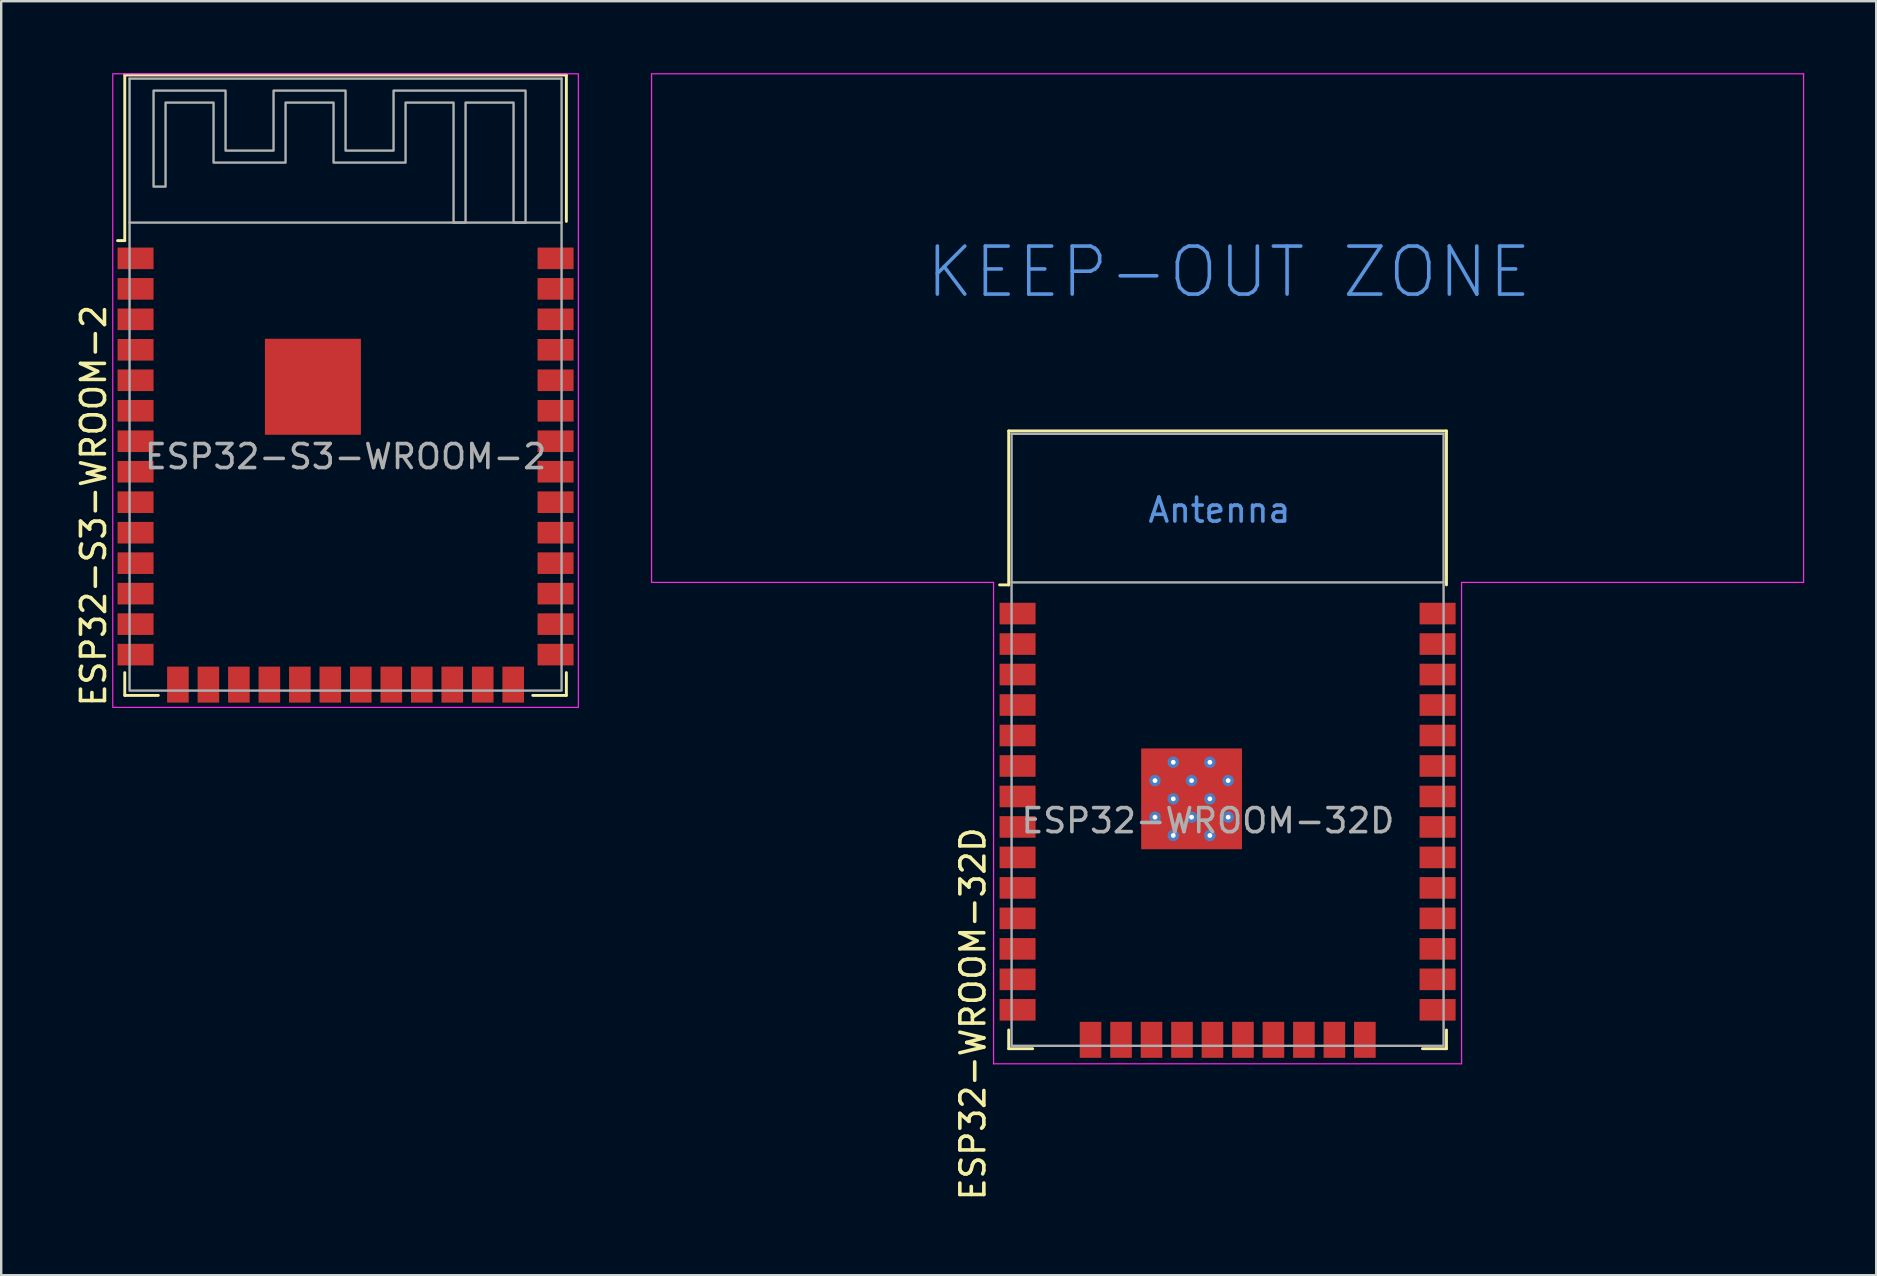
<source format=kicad_pcb>
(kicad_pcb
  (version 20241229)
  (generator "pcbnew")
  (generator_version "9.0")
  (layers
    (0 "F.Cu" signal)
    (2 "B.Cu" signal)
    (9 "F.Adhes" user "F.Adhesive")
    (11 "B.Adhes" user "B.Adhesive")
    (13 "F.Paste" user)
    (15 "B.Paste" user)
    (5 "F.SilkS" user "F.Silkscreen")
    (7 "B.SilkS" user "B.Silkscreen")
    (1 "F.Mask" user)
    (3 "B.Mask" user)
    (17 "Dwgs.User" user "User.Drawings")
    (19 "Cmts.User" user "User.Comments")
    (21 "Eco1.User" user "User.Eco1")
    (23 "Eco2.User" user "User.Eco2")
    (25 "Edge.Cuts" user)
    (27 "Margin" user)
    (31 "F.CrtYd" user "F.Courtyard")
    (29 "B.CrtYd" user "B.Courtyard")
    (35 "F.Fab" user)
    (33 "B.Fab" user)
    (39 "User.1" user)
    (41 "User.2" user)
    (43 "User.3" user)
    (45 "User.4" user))
  (footprint "ESP32-S3-WROOM-2"
    (layer "F.Cu")
    (at 11.348 12.975)
    (property "Reference" "ESP32-S3-WROOM-2" (at -10.5 13.5 90) (unlocked yes) (layer "F.SilkS") (effects (font (size 1 1) (thickness 0.15)) (justify left)))
    (attr smd)
    (fp_line (start -9.5 -6) (end -9.2 -6) (stroke (width 0.12) (type solid)) (layer "F.SilkS"))
    (fp_line (start -9.2 -12.9) (end 9.2 -12.9) (stroke (width 0.12) (type solid)) (layer "F.SilkS"))
    (fp_line (start -9.2 -6) (end -9.2 -12.9) (stroke (width 0.12) (type solid)) (layer "F.SilkS"))
    (fp_line (start -9.2 12.95) (end -9.2 12) (stroke (width 0.12) (type solid)) (layer "F.SilkS"))
    (fp_line (start -7.8 12.95) (end -9.2 12.95) (stroke (width 0.12) (type solid)) (layer "F.SilkS"))
    (fp_line (start 7.8 12.95) (end 9.2 12.95) (stroke (width 0.12) (type solid)) (layer "F.SilkS"))
    (fp_line (start 9.2 -12.9) (end 9.2 -6.8) (stroke (width 0.12) (type solid)) (layer "F.SilkS"))
    (fp_line (start 9.2 12.95) (end 9.2 12) (stroke (width 0.12) (type solid)) (layer "F.SilkS"))
    (fp_rect (start -3.26 -1.81) (end -2.36 -0.91) (stroke (width 0) (type solid)) (fill yes) (layer "F.Paste"))
    (fp_rect (start -3.26 -0.36) (end -2.36 0.54) (stroke (width 0) (type solid)) (fill yes) (layer "F.Paste"))
    (fp_rect (start -3.26 1.09) (end -2.36 1.99) (stroke (width 0) (type solid)) (fill yes) (layer "F.Paste"))
    (fp_rect (start -1.81 -1.81) (end -0.91 -0.91) (stroke (width 0) (type solid)) (fill yes) (layer "F.Paste"))
    (fp_rect (start -1.81 -0.36) (end -0.91 0.54) (stroke (width 0) (type solid)) (fill yes) (layer "F.Paste"))
    (fp_rect (start -1.81 1.09) (end -0.91 1.99) (stroke (width 0) (type solid)) (fill yes) (layer "F.Paste"))
    (fp_rect (start -0.36 -1.81) (end 0.54 -0.91) (stroke (width 0) (type solid)) (fill yes) (layer "F.Paste"))
    (fp_rect (start -0.36 -0.36) (end 0.54 0.54) (stroke (width 0) (type solid)) (fill yes) (layer "F.Paste"))
    (fp_rect (start -0.36 1.09) (end 0.54 1.99) (stroke (width 0) (type solid)) (fill yes) (layer "F.Paste"))
    (fp_rect (start -9.7 -12.95) (end 9.7 13.45) (stroke (width 0.05) (type solid)) (fill no) (layer "F.CrtYd"))
    (fp_line (start -9 -12.75) (end 9 -12.75) (stroke (width 0.1) (type solid)) (layer "F.Fab"))
    (fp_line (start -9 -6.75) (end -9 -12.75) (stroke (width 0.1) (type solid)) (layer "F.Fab"))
    (fp_line (start 9 -12.75) (end 9 -6.75) (stroke (width 0.1) (type solid)) (layer "F.Fab"))
    (fp_rect (start -9 -6.75) (end 9 12.75) (stroke (width 0.1) (type solid)) (fill no) (layer "F.Fab"))
    (fp_poly (pts (xy -5 -9.75) (xy -3 -9.75) (xy -3 -12.25) (xy 0 -12.25) (xy 0 -9.75) (xy 2 -9.75) (xy 2 -12.25) (xy 7.5 -12.25) (xy 7.5 -6.75) (xy 7 -6.75) (xy 7 -11.75) (xy 5 -11.75) (xy 5 -6.75) (xy 4.5 -6.75) (xy 4.5 -11.75) (xy 2.5 -11.75) (xy 2.5 -9.25) (xy -0.5 -9.25) (xy -0.5 -11.75) (xy -2.5 -11.75) (xy -2.5 -9.25) (xy -5.5 -9.25) (xy -5.5 -11.75) (xy -7.5 -11.75) (xy -7.5 -8.25) (xy -8 -8.25) (xy -8 -12.25) (xy -5 -12.25)) (stroke (width 0.1) (type solid)) (fill no) (layer "F.Fab"))
    (fp_text user "${REFERENCE}" (at 0 3 0) (unlocked yes) (layer "F.Fab") (effects (font (size 1 1) (thickness 0.15))))
    (pad "1" smd rect (at -8.75 -5.26) (size 1.5 0.9) (layers "F.Cu" "F.Mask" "F.Paste"))
    (pad "2" smd rect (at -8.75 -3.99) (size 1.5 0.9) (layers "F.Cu" "F.Mask" "F.Paste"))
    (pad "3" smd rect (at -8.75 -2.72) (size 1.5 0.9) (layers "F.Cu" "F.Mask" "F.Paste"))
    (pad "4" smd rect (at -8.75 -1.45) (size 1.5 0.9) (layers "F.Cu" "F.Mask" "F.Paste"))
    (pad "5" smd rect (at -8.75 -0.18) (size 1.5 0.9) (layers "F.Cu" "F.Mask" "F.Paste"))
    (pad "6" smd rect (at -8.75 1.09) (size 1.5 0.9) (layers "F.Cu" "F.Mask" "F.Paste"))
    (pad "7" smd rect (at -8.75 2.36) (size 1.5 0.9) (layers "F.Cu" "F.Mask" "F.Paste"))
    (pad "8" smd rect (at -8.75 3.63) (size 1.5 0.9) (layers "F.Cu" "F.Mask" "F.Paste"))
    (pad "9" smd rect (at -8.75 4.9) (size 1.5 0.9) (layers "F.Cu" "F.Mask" "F.Paste"))
    (pad "10" smd rect (at -8.75 6.17) (size 1.5 0.9) (layers "F.Cu" "F.Mask" "F.Paste"))
    (pad "11" smd rect (at -8.75 7.44) (size 1.5 0.9) (layers "F.Cu" "F.Mask" "F.Paste"))
    (pad "12" smd rect (at -8.75 8.71) (size 1.5 0.9) (layers "F.Cu" "F.Mask" "F.Paste"))
    (pad "13" smd rect (at -8.75 9.98) (size 1.5 0.9) (layers "F.Cu" "F.Mask" "F.Paste"))
    (pad "14" smd rect (at -8.75 11.25) (size 1.5 0.9) (layers "F.Cu" "F.Mask" "F.Paste"))
    (pad "15" smd rect (at -6.985 12.5 90) (size 1.5 0.9) (layers "F.Cu" "F.Mask" "F.Paste"))
    (pad "16" smd rect (at -5.715 12.5 90) (size 1.5 0.9) (layers "F.Cu" "F.Mask" "F.Paste"))
    (pad "17" smd rect (at -4.445 12.5 90) (size 1.5 0.9) (layers "F.Cu" "F.Mask" "F.Paste"))
    (pad "18" smd rect (at -3.175 12.5 90) (size 1.5 0.9) (layers "F.Cu" "F.Mask" "F.Paste"))
    (pad "19" smd rect (at -1.905 12.5 90) (size 1.5 0.9) (layers "F.Cu" "F.Mask" "F.Paste"))
    (pad "20" smd rect (at -0.635 12.5 90) (size 1.5 0.9) (layers "F.Cu" "F.Mask" "F.Paste"))
    (pad "21" smd rect (at 0.635 12.5 90) (size 1.5 0.9) (layers "F.Cu" "F.Mask" "F.Paste"))
    (pad "22" smd rect (at 1.905 12.5 90) (size 1.5 0.9) (layers "F.Cu" "F.Mask" "F.Paste"))
    (pad "23" smd rect (at 3.175 12.5 90) (size 1.5 0.9) (layers "F.Cu" "F.Mask" "F.Paste"))
    (pad "24" smd rect (at 4.445 12.5 90) (size 1.5 0.9) (layers "F.Cu" "F.Mask" "F.Paste"))
    (pad "25" smd rect (at 5.715 12.5 90) (size 1.5 0.9) (layers "F.Cu" "F.Mask" "F.Paste"))
    (pad "26" smd rect (at 6.985 12.5 90) (size 1.5 0.9) (layers "F.Cu" "F.Mask" "F.Paste"))
    (pad "27" smd rect (at 8.75 11.25) (size 1.5 0.9) (layers "F.Cu" "F.Mask" "F.Paste"))
    (pad "28" smd rect (at 8.75 9.98) (size 1.5 0.9) (layers "F.Cu" "F.Mask" "F.Paste"))
    (pad "29" smd rect (at 8.75 8.71) (size 1.5 0.9) (layers "F.Cu" "F.Mask" "F.Paste"))
    (pad "30" smd rect (at 8.75 7.44) (size 1.5 0.9) (layers "F.Cu" "F.Mask" "F.Paste"))
    (pad "31" smd rect (at 8.75 6.17) (size 1.5 0.9) (layers "F.Cu" "F.Mask" "F.Paste"))
    (pad "32" smd rect (at 8.75 4.9) (size 1.5 0.9) (layers "F.Cu" "F.Mask" "F.Paste"))
    (pad "33" smd rect (at 8.75 3.63) (size 1.5 0.9) (layers "F.Cu" "F.Mask" "F.Paste"))
    (pad "34" smd rect (at 8.75 2.36) (size 1.5 0.9) (layers "F.Cu" "F.Mask" "F.Paste"))
    (pad "35" smd rect (at 8.75 1.09) (size 1.5 0.9) (layers "F.Cu" "F.Mask" "F.Paste"))
    (pad "36" smd rect (at 8.75 -0.18) (size 1.5 0.9) (layers "F.Cu" "F.Mask" "F.Paste"))
    (pad "37" smd rect (at 8.75 -1.45) (size 1.5 0.9) (layers "F.Cu" "F.Mask" "F.Paste"))
    (pad "38" smd rect (at 8.75 -2.72) (size 1.5 0.9) (layers "F.Cu" "F.Mask" "F.Paste"))
    (pad "39" smd rect (at 8.75 -3.99) (size 1.5 0.9) (layers "F.Cu" "F.Mask" "F.Paste"))
    (pad "40" smd rect (at 8.75 -5.26) (size 1.5 0.9) (layers "F.Cu" "F.Mask" "F.Paste"))
    (pad "41" smd rect (at -1.36 0.09) (size 4 4) (layers "F.Cu" "F.Mask")))
  (footprint "ESP32-WROOM-32D"
    (layer "F.Cu")
    (at 48.098 30.765)
    (property "Reference" "ESP32-WROOM-32D" (at -10.61 8.43 90) (layer "F.SilkS") (effects (font (size 1 1) (thickness 0.15))))
    (attr smd)
    (fp_line (start -9.12 -15.86) (end -9.12 -9.445) (stroke (width 0.12) (type solid)) (layer "F.SilkS"))
    (fp_line (start -9.12 -15.86) (end 9.12 -15.86) (stroke (width 0.12) (type solid)) (layer "F.SilkS"))
    (fp_line (start -9.12 -9.445) (end -9.5 -9.445) (stroke (width 0.12) (type solid)) (layer "F.SilkS"))
    (fp_line (start -9.12 9.1) (end -9.12 9.88) (stroke (width 0.12) (type solid)) (layer "F.SilkS"))
    (fp_line (start -9.12 9.88) (end -8.12 9.88) (stroke (width 0.12) (type solid)) (layer "F.SilkS"))
    (fp_line (start 9.12 -15.86) (end 9.12 -9.445) (stroke (width 0.12) (type solid)) (layer "F.SilkS"))
    (fp_line (start 9.12 9.1) (end 9.12 9.88) (stroke (width 0.12) (type solid)) (layer "F.SilkS"))
    (fp_line (start 9.12 9.88) (end 8.12 9.88) (stroke (width 0.12) (type solid)) (layer "F.SilkS"))
    (fp_line (start -24 -30.74) (end -24 -9.55) (stroke (width 0.05) (type solid)) (layer "F.CrtYd"))
    (fp_line (start -24 -9.55) (end -9.75 -9.55) (stroke (width 0.05) (type solid)) (layer "F.CrtYd"))
    (fp_line (start -9.75 10.51) (end -9.75 -9.55) (stroke (width 0.05) (type solid)) (layer "F.CrtYd"))
    (fp_line (start -9.75 10.51) (end 9.75 10.51) (stroke (width 0.05) (type solid)) (layer "F.CrtYd"))
    (fp_line (start 9.75 -9.55) (end 9.75 10.51) (stroke (width 0.05) (type solid)) (layer "F.CrtYd"))
    (fp_line (start 9.75 -9.55) (end 24 -9.55) (stroke (width 0.05) (type solid)) (layer "F.CrtYd"))
    (fp_line (start 24 -30.74) (end -24 -30.74) (stroke (width 0.05) (type solid)) (layer "F.CrtYd"))
    (fp_line (start 24 -9.55) (end 24 -30.74) (stroke (width 0.05) (type solid)) (layer "F.CrtYd"))
    (fp_line (start -9 -15.74) (end -9 9.76) (stroke (width 0.1) (type solid)) (layer "F.Fab"))
    (fp_line (start -9 -15.74) (end 9 -15.74) (stroke (width 0.1) (type solid)) (layer "F.Fab"))
    (fp_line (start -9 -9.55) (end 9 -9.55) (stroke (width 0.1) (type solid)) (layer "F.Fab"))
    (fp_line (start -9 9.76) (end 9 9.76) (stroke (width 0.1) (type solid)) (layer "F.Fab"))
    (fp_line (start 9 9.76) (end 9 -15.74) (stroke (width 0.1) (type solid)) (layer "F.Fab"))
    (fp_text user "KEEP-OUT ZONE" (at 0.05 -22.48 0) (layer "Cmts.User") (effects (font (size 2 2) (thickness 0.15))))
    (fp_text user "Antenna" (at -0.34 -12.56 0) (layer "Cmts.User") (effects (font (size 1 1) (thickness 0.15))))
    (fp_text user "${REFERENCE}" (at -0.82 0.38 0) (layer "F.Fab") (effects (font (size 1 1) (thickness 0.15))))
    (pad "1" smd rect (at -8.75 -8.25) (size 1.5 0.9) (layers "F.Cu" "F.Mask" "F.Paste"))
    (pad "2" smd rect (at -8.75 -6.98) (size 1.5 0.9) (layers "F.Cu" "F.Mask" "F.Paste"))
    (pad "3" smd rect (at -8.75 -5.71) (size 1.5 0.9) (layers "F.Cu" "F.Mask" "F.Paste"))
    (pad "4" smd rect (at -8.75 -4.44) (size 1.5 0.9) (layers "F.Cu" "F.Mask" "F.Paste"))
    (pad "5" smd rect (at -8.75 -3.17) (size 1.5 0.9) (layers "F.Cu" "F.Mask" "F.Paste"))
    (pad "6" smd rect (at -8.75 -1.9) (size 1.5 0.9) (layers "F.Cu" "F.Mask" "F.Paste"))
    (pad "7" smd rect (at -8.75 -0.63) (size 1.5 0.9) (layers "F.Cu" "F.Mask" "F.Paste"))
    (pad "8" smd rect (at -8.75 0.64) (size 1.5 0.9) (layers "F.Cu" "F.Mask" "F.Paste"))
    (pad "9" smd rect (at -8.75 1.91) (size 1.5 0.9) (layers "F.Cu" "F.Mask" "F.Paste"))
    (pad "10" smd rect (at -8.75 3.18) (size 1.5 0.9) (layers "F.Cu" "F.Mask" "F.Paste"))
    (pad "11" smd rect (at -8.75 4.45) (size 1.5 0.9) (layers "F.Cu" "F.Mask" "F.Paste"))
    (pad "12" smd rect (at -8.75 5.72) (size 1.5 0.9) (layers "F.Cu" "F.Mask" "F.Paste"))
    (pad "13" smd rect (at -8.75 6.99) (size 1.5 0.9) (layers "F.Cu" "F.Mask" "F.Paste"))
    (pad "14" smd rect (at -8.75 8.26) (size 1.5 0.9) (layers "F.Cu" "F.Mask" "F.Paste"))
    (pad "15" smd rect (at -5.71 9.51 90) (size 1.5 0.9) (layers "F.Cu" "F.Mask" "F.Paste"))
    (pad "16" smd rect (at -4.44 9.51 90) (size 1.5 0.9) (layers "F.Cu" "F.Mask" "F.Paste"))
    (pad "17" smd rect (at -3.17 9.51 90) (size 1.5 0.9) (layers "F.Cu" "F.Mask" "F.Paste"))
    (pad "18" smd rect (at -1.9 9.51 90) (size 1.5 0.9) (layers "F.Cu" "F.Mask" "F.Paste"))
    (pad "19" smd rect (at -0.63 9.51 90) (size 1.5 0.9) (layers "F.Cu" "F.Mask" "F.Paste"))
    (pad "20" smd rect (at 0.64 9.51 90) (size 1.5 0.9) (layers "F.Cu" "F.Mask" "F.Paste"))
    (pad "21" smd rect (at 1.91 9.51 90) (size 1.5 0.9) (layers "F.Cu" "F.Mask" "F.Paste"))
    (pad "22" smd rect (at 3.18 9.51 90) (size 1.5 0.9) (layers "F.Cu" "F.Mask" "F.Paste"))
    (pad "23" smd rect (at 4.45 9.51 90) (size 1.5 0.9) (layers "F.Cu" "F.Mask" "F.Paste"))
    (pad "24" smd rect (at 5.72 9.51 90) (size 1.5 0.9) (layers "F.Cu" "F.Mask" "F.Paste"))
    (pad "25" smd rect (at 8.75 8.26) (size 1.5 0.9) (layers "F.Cu" "F.Mask" "F.Paste"))
    (pad "26" smd rect (at 8.75 6.99) (size 1.5 0.9) (layers "F.Cu" "F.Mask" "F.Paste"))
    (pad "27" smd rect (at 8.75 5.72) (size 1.5 0.9) (layers "F.Cu" "F.Mask" "F.Paste"))
    (pad "28" smd rect (at 8.75 4.45) (size 1.5 0.9) (layers "F.Cu" "F.Mask" "F.Paste"))
    (pad "29" smd rect (at 8.75 3.18) (size 1.5 0.9) (layers "F.Cu" "F.Mask" "F.Paste"))
    (pad "30" smd rect (at 8.75 1.91) (size 1.5 0.9) (layers "F.Cu" "F.Mask" "F.Paste"))
    (pad "31" smd rect (at 8.75 0.64) (size 1.5 0.9) (layers "F.Cu" "F.Mask" "F.Paste"))
    (pad "32" smd rect (at 8.75 -0.63) (size 1.5 0.9) (layers "F.Cu" "F.Mask" "F.Paste"))
    (pad "33" smd rect (at 8.75 -1.9) (size 1.5 0.9) (layers "F.Cu" "F.Mask" "F.Paste"))
    (pad "34" smd rect (at 8.75 -3.17) (size 1.5 0.9) (layers "F.Cu" "F.Mask" "F.Paste"))
    (pad "35" smd rect (at 8.75 -4.44) (size 1.5 0.9) (layers "F.Cu" "F.Mask" "F.Paste"))
    (pad "36" smd rect (at 8.75 -5.71) (size 1.5 0.9) (layers "F.Cu" "F.Mask" "F.Paste"))
    (pad "37" smd rect (at 8.75 -6.98) (size 1.5 0.9) (layers "F.Cu" "F.Mask" "F.Paste"))
    (pad "38" smd rect (at 8.75 -8.25) (size 1.5 0.9) (layers "F.Cu" "F.Mask" "F.Paste"))
    (pad "39" smd rect (at -3.025 -2.055) (size 1.05 1.05) (layers "F.Cu" "F.Paste"))
    (pad "39" thru_hole circle (at -3.025 -1.292) (size 0.475 0.475) (drill 0.2) (property pad_prop_heatsink) (layers "*.Cu" "F.Mask"))
    (pad "39" smd rect (at -3.025 -0.53) (size 1.05 1.05) (layers "F.Cu" "F.Paste"))
    (pad "39" thru_hole circle (at -3.025 0.233) (size 0.475 0.475) (drill 0.2) (property pad_prop_heatsink) (layers "*.Cu" "F.Mask"))
    (pad "39" smd rect (at -3.025 0.995) (size 1.05 1.05) (layers "F.Cu" "F.Paste"))
    (pad "39" thru_hole circle (at -2.263 -2.055) (size 0.475 0.475) (drill 0.2) (property pad_prop_heatsink) (layers "*.Cu" "F.Mask"))
    (pad "39" thru_hole circle (at -2.263 -0.53) (size 0.475 0.475) (drill 0.2) (property pad_prop_heatsink) (layers "*.Cu" "F.Mask"))
    (pad "39" thru_hole circle (at -2.263 0.995) (size 0.475 0.475) (drill 0.2) (property pad_prop_heatsink) (layers "*.Cu" "F.Mask"))
    (pad "39" smd rect (at -1.5 -2.055) (size 1.05 1.05) (layers "F.Cu" "F.Paste"))
    (pad "39" thru_hole circle (at -1.5 -1.292) (size 0.475 0.475) (drill 0.2) (property pad_prop_heatsink) (layers "*.Cu" "F.Mask"))
    (pad "39" smd rect (at -1.5 -0.53) (size 1.05 1.05) (layers "F.Cu" "F.Paste"))
    (pad "39" smd rect (at -1.5 -0.53) (size 4.2 4.2) (layers "F.Cu" "F.Mask"))
    (pad "39" thru_hole circle (at -1.5 0.233) (size 0.475 0.475) (drill 0.2) (property pad_prop_heatsink) (layers "*.Cu" "F.Mask"))
    (pad "39" smd rect (at -1.5 0.995) (size 1.05 1.05) (layers "F.Cu" "F.Paste"))
    (pad "39" thru_hole circle (at -0.738 -2.055) (size 0.475 0.475) (drill 0.2) (property pad_prop_heatsink) (layers "*.Cu" "F.Mask"))
    (pad "39" thru_hole circle (at -0.738 -0.53) (size 0.475 0.475) (drill 0.2) (property pad_prop_heatsink) (layers "*.Cu" "F.Mask"))
    (pad "39" thru_hole circle (at -0.738 0.995) (size 0.475 0.475) (drill 0.2) (property pad_prop_heatsink) (layers "*.Cu" "F.Mask"))
    (pad "39" smd rect (at 0.025 -2.055) (size 1.05 1.05) (layers "F.Cu" "F.Paste"))
    (pad "39" thru_hole circle (at 0.025 -1.292) (size 0.475 0.475) (drill 0.2) (property pad_prop_heatsink) (layers "*.Cu" "F.Mask"))
    (pad "39" smd rect (at 0.025 -0.53) (size 1.05 1.05) (layers "F.Cu" "F.Paste"))
    (pad "39" thru_hole circle (at 0.025 0.233) (size 0.475 0.475) (drill 0.2) (property pad_prop_heatsink) (layers "*.Cu" "F.Mask"))
    (pad "39" smd rect (at 0.025 0.995) (size 1.05 1.05) (layers "F.Cu" "F.Paste"))
    (zone (net_name "") (layers "F.Cu" "B.Cu") (hatch full 0.508) (connect_pads) (min_thickness 0.254) (filled_areas_thickness no) (keepout (tracks not_allowed) (vias not_allowed) (pads not_allowed) (copperpour not_allowed) (footprints not_allowed)) (placement (enabled no)) (fill) (polygon (pts (xy 24.098 21.215) (xy 72.098 21.215) (xy 72.098 0.025) (xy 24.098 0.025)))))
  (gr_rect
    (start -3 -3)
    (end 75.123 50.082)
    (stroke (width 0.1) (type default))
    (fill no)
    (layer "Edge.Cuts")))
</source>
